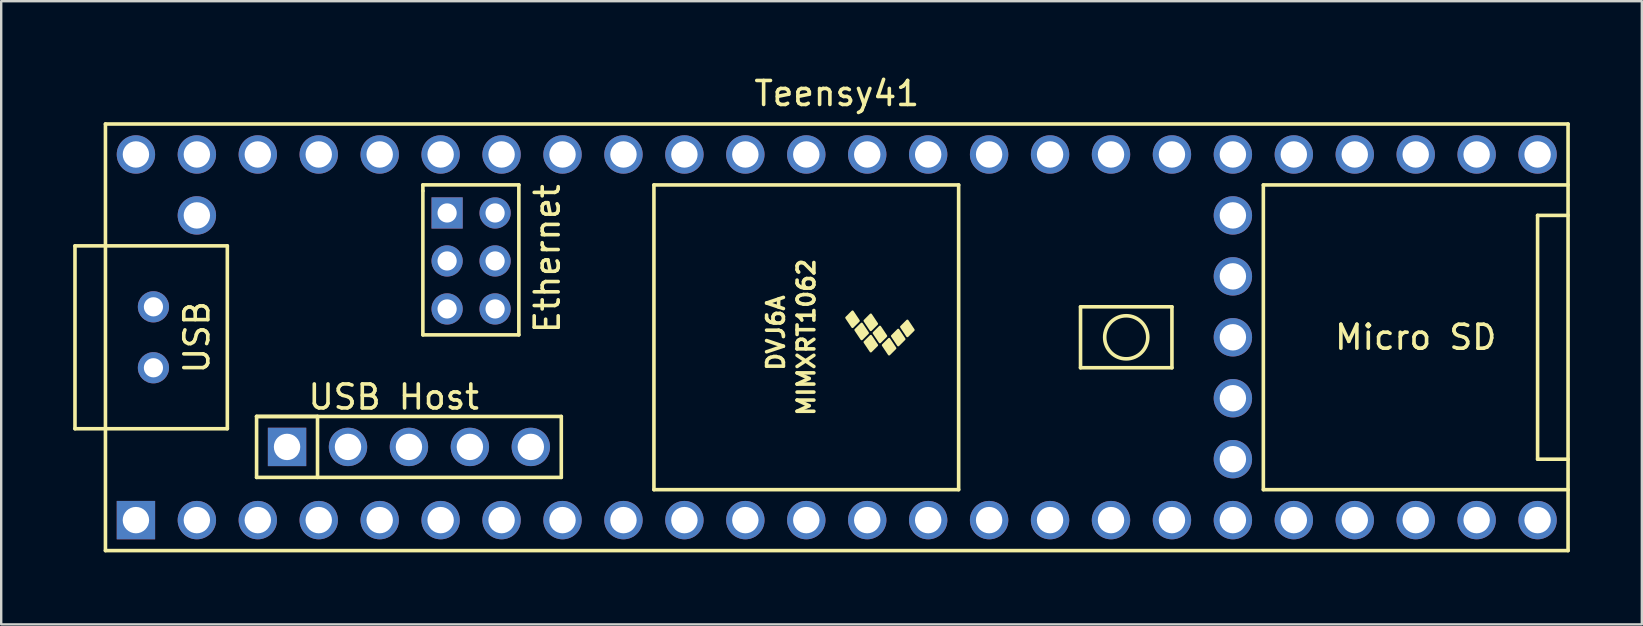
<source format=kicad_pcb>
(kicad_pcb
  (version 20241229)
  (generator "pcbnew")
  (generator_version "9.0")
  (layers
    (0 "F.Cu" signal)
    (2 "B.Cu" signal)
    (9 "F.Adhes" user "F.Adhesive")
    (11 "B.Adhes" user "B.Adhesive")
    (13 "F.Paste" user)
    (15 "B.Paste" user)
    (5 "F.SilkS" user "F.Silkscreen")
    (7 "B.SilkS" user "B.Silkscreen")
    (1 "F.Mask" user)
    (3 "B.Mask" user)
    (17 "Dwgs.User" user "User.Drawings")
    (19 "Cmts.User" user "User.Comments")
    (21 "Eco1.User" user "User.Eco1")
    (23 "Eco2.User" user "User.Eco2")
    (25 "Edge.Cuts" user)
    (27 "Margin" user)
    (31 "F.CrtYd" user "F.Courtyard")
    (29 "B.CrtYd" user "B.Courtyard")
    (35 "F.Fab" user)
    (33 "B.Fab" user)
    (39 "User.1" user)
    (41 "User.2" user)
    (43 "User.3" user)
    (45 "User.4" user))
  (footprint "Teensy41"
    (layer "F.Cu")
    (at 31.825 11.008)
    (property "Reference" "Teensy41" (at 0 -10.16 0) (layer "F.SilkS") (effects (font (size 1 1) (thickness 0.15))))
    (attr through_hole)
    (fp_line (start -31.75 -3.81) (end -30.48 -3.81) (stroke (width 0.15) (type solid)) (layer "F.SilkS"))
    (fp_line (start -31.75 3.81) (end -31.75 -3.81) (stroke (width 0.15) (type solid)) (layer "F.SilkS"))
    (fp_line (start -30.48 -8.89) (end 30.48 -8.89) (stroke (width 0.15) (type solid)) (layer "F.SilkS"))
    (fp_line (start -30.48 3.81) (end -31.75 3.81) (stroke (width 0.15) (type solid)) (layer "F.SilkS"))
    (fp_line (start -30.48 8.89) (end -30.48 -8.89) (stroke (width 0.15) (type solid)) (layer "F.SilkS"))
    (fp_line (start -25.4 -3.81) (end -30.48 -3.81) (stroke (width 0.15) (type solid)) (layer "F.SilkS"))
    (fp_line (start -25.4 3.81) (end -30.48 3.81) (stroke (width 0.15) (type solid)) (layer "F.SilkS"))
    (fp_line (start -25.4 3.81) (end -25.4 -3.81) (stroke (width 0.15) (type solid)) (layer "F.SilkS"))
    (fp_line (start -24.181 3.299) (end -21.641 3.299) (stroke (width 0.15) (type solid)) (layer "F.SilkS"))
    (fp_line (start -24.181 3.299) (end -11.481 3.299) (stroke (width 0.15) (type solid)) (layer "F.SilkS"))
    (fp_line (start -24.181 5.839) (end -24.181 3.299) (stroke (width 0.15) (type solid)) (layer "F.SilkS"))
    (fp_line (start -21.641 3.299) (end -21.641 5.839) (stroke (width 0.15) (type solid)) (layer "F.SilkS"))
    (fp_line (start -17.25 -6.352) (end -17.25 -6.102) (stroke (width 0.15) (type solid)) (layer "F.SilkS"))
    (fp_line (start -17.25 -6.102) (end -17.25 -0.102) (stroke (width 0.15) (type solid)) (layer "F.SilkS"))
    (fp_line (start -17.25 -0.102) (end -13.25 -0.102) (stroke (width 0.15) (type solid)) (layer "F.SilkS"))
    (fp_line (start -13.25 -6.352) (end -17.25 -6.352) (stroke (width 0.15) (type solid)) (layer "F.SilkS"))
    (fp_line (start -13.25 -0.102) (end -13.25 -6.352) (stroke (width 0.15) (type solid)) (layer "F.SilkS"))
    (fp_line (start -11.481 3.299) (end -11.481 5.839) (stroke (width 0.15) (type solid)) (layer "F.SilkS"))
    (fp_line (start -11.481 5.839) (end -24.181 5.839) (stroke (width 0.15) (type solid)) (layer "F.SilkS"))
    (fp_line (start -7.62 -6.35) (end -7.62 6.35) (stroke (width 0.15) (type solid)) (layer "F.SilkS"))
    (fp_line (start -7.62 6.35) (end 5.08 6.35) (stroke (width 0.15) (type solid)) (layer "F.SilkS"))
    (fp_line (start 5.08 -6.35) (end -7.62 -6.35) (stroke (width 0.15) (type solid)) (layer "F.SilkS"))
    (fp_line (start 5.08 6.35) (end 5.08 -6.35) (stroke (width 0.15) (type solid)) (layer "F.SilkS"))
    (fp_line (start 10.16 -1.27) (end 13.97 -1.27) (stroke (width 0.15) (type solid)) (layer "F.SilkS"))
    (fp_line (start 10.16 1.27) (end 10.16 -1.27) (stroke (width 0.15) (type solid)) (layer "F.SilkS"))
    (fp_line (start 13.97 -1.27) (end 13.97 1.27) (stroke (width 0.15) (type solid)) (layer "F.SilkS"))
    (fp_line (start 13.97 1.27) (end 10.16 1.27) (stroke (width 0.15) (type solid)) (layer "F.SilkS"))
    (fp_line (start 17.78 -6.35) (end 17.78 6.35) (stroke (width 0.15) (type solid)) (layer "F.SilkS"))
    (fp_line (start 17.78 6.35) (end 30.48 6.35) (stroke (width 0.15) (type solid)) (layer "F.SilkS"))
    (fp_line (start 29.21 -5.08) (end 29.21 5.08) (stroke (width 0.15) (type solid)) (layer "F.SilkS"))
    (fp_line (start 29.21 5.08) (end 30.48 5.08) (stroke (width 0.15) (type solid)) (layer "F.SilkS"))
    (fp_line (start 30.48 -8.89) (end 30.48 8.89) (stroke (width 0.15) (type solid)) (layer "F.SilkS"))
    (fp_line (start 30.48 -6.35) (end 17.78 -6.35) (stroke (width 0.15) (type solid)) (layer "F.SilkS"))
    (fp_line (start 30.48 -5.08) (end 29.21 -5.08) (stroke (width 0.15) (type solid)) (layer "F.SilkS"))
    (fp_line (start 30.48 8.89) (end -30.48 8.89) (stroke (width 0.15) (type solid)) (layer "F.SilkS"))
    (fp_circle (center 12.065 0) (end 12.7 -0.635) (stroke (width 0.15) (type solid)) (fill no) (layer "F.SilkS"))
    (fp_poly (pts (xy 0.911 -0.688) (xy 0.657 -0.434) (xy 0.403 -0.815) (xy 0.657 -1.069)) (stroke (width 0.1) (type solid)) (fill yes) (layer "F.SilkS"))
    (fp_poly (pts (xy 1.292 -0.18) (xy 1.038 0.074) (xy 0.784 -0.307) (xy 1.038 -0.561)) (stroke (width 0.1) (type solid)) (fill yes) (layer "F.SilkS"))
    (fp_poly (pts (xy 1.673 -0.561) (xy 1.419 -0.307) (xy 1.165 -0.688) (xy 1.419 -0.942)) (stroke (width 0.1) (type solid)) (fill yes) (layer "F.SilkS"))
    (fp_poly (pts (xy 1.673 0.328) (xy 1.419 0.582) (xy 1.165 0.201) (xy 1.419 -0.053)) (stroke (width 0.1) (type solid)) (fill yes) (layer "F.SilkS"))
    (fp_poly (pts (xy 2.054 -0.053) (xy 1.8 0.201) (xy 1.546 -0.18) (xy 1.8 -0.434)) (stroke (width 0.1) (type solid)) (fill yes) (layer "F.SilkS"))
    (fp_poly (pts (xy 2.435 0.455) (xy 2.181 0.709) (xy 1.927 0.328) (xy 2.181 0.074)) (stroke (width 0.1) (type solid)) (fill yes) (layer "F.SilkS"))
    (fp_poly (pts (xy 2.816 0.074) (xy 2.562 0.328) (xy 2.308 -0.053) (xy 2.562 -0.307)) (stroke (width 0.1) (type solid)) (fill yes) (layer "F.SilkS"))
    (fp_poly (pts (xy 3.197 -0.307) (xy 2.943 -0.053) (xy 2.689 -0.434) (xy 2.943 -0.688)) (stroke (width 0.1) (type solid)) (fill yes) (layer "F.SilkS"))
    (fp_text user "USB" (at -26.67 0 270) (layer "F.SilkS") (effects (font (size 1 1) (thickness 0.15))))
    (fp_text user "Ethernet" (at -12.065 -3.277 90) (layer "F.SilkS") (effects (font (size 1 1) (thickness 0.15))))
    (fp_text user "USB Host" (at -18.466 2.489 0) (layer "F.SilkS") (effects (font (size 1 1) (thickness 0.15))))
    (fp_text user "MIMXRT1062" (at -1.27 0 270) (layer "F.SilkS") (effects (font (size 0.7 0.7) (thickness 0.15))))
    (fp_text user "Micro SD" (at 24.13 0 0) (layer "F.SilkS") (effects (font (size 1 1) (thickness 0.15))))
    (fp_text user "DVJ6A" (at -2.54 -0.18 270) (layer "F.SilkS") (effects (font (size 0.7 0.7) (thickness 0.15))))
    (pad "+5V" thru_hole rect (at -22.911 4.569) (size 1.6 1.6) (drill 1.1) (layers "*.Cu" "*.Mask"))
    (pad "0" thru_hole circle (at -26.67 7.62) (size 1.6 1.6) (drill 1.1) (layers "*.Cu" "*.Mask"))
    (pad "1" thru_hole circle (at -24.13 7.62) (size 1.6 1.6) (drill 1.1) (layers "*.Cu" "*.Mask"))
    (pad "2" thru_hole circle (at -21.59 7.62) (size 1.6 1.6) (drill 1.1) (layers "*.Cu" "*.Mask"))
    (pad "3" thru_hole circle (at -19.05 7.62) (size 1.6 1.6) (drill 1.1) (layers "*.Cu" "*.Mask"))
    (pad "3.3V_1" thru_hole circle (at -24.13 -7.62) (size 1.6 1.6) (drill 1.1) (layers "*.Cu" "*.Mask"))
    (pad "3.3V_2" thru_hole circle (at 6.35 7.62) (size 1.6 1.6) (drill 1.1) (layers "*.Cu" "*.Mask"))
    (pad "3.3V_3" thru_hole circle (at 16.51 2.54) (size 1.6 1.6) (drill 1.1) (layers "*.Cu" "*.Mask"))
    (pad "4" thru_hole circle (at -16.51 7.62) (size 1.6 1.6) (drill 1.1) (layers "*.Cu" "*.Mask"))
    (pad "5" thru_hole circle (at -13.97 7.62) (size 1.6 1.6) (drill 1.1) (layers "*.Cu" "*.Mask"))
    (pad "6" thru_hole circle (at -11.43 7.62) (size 1.6 1.6) (drill 1.1) (layers "*.Cu" "*.Mask"))
    (pad "7" thru_hole circle (at -8.89 7.62) (size 1.6 1.6) (drill 1.1) (layers "*.Cu" "*.Mask"))
    (pad "8" thru_hole circle (at -6.35 7.62) (size 1.6 1.6) (drill 1.1) (layers "*.Cu" "*.Mask"))
    (pad "9" thru_hole circle (at -3.81 7.62) (size 1.6 1.6) (drill 1.1) (layers "*.Cu" "*.Mask"))
    (pad "10" thru_hole circle (at -1.27 7.62) (size 1.6 1.6) (drill 1.1) (layers "*.Cu" "*.Mask"))
    (pad "11" thru_hole circle (at 1.27 7.62) (size 1.6 1.6) (drill 1.1) (layers "*.Cu" "*.Mask"))
    (pad "12" thru_hole circle (at 3.81 7.62) (size 1.6 1.6) (drill 1.1) (layers "*.Cu" "*.Mask"))
    (pad "13" thru_hole circle (at 3.81 -7.62) (size 1.6 1.6) (drill 1.1) (layers "*.Cu" "*.Mask"))
    (pad "14" thru_hole circle (at 1.27 -7.62) (size 1.6 1.6) (drill 1.1) (layers "*.Cu" "*.Mask"))
    (pad "15" thru_hole circle (at -1.27 -7.62) (size 1.6 1.6) (drill 1.1) (layers "*.Cu" "*.Mask"))
    (pad "16" thru_hole circle (at -3.81 -7.62) (size 1.6 1.6) (drill 1.1) (layers "*.Cu" "*.Mask"))
    (pad "17" thru_hole circle (at -6.35 -7.62) (size 1.6 1.6) (drill 1.1) (layers "*.Cu" "*.Mask"))
    (pad "18" thru_hole circle (at -8.89 -7.62) (size 1.6 1.6) (drill 1.1) (layers "*.Cu" "*.Mask"))
    (pad "19" thru_hole circle (at -11.43 -7.62) (size 1.6 1.6) (drill 1.1) (layers "*.Cu" "*.Mask"))
    (pad "20" thru_hole circle (at -13.97 -7.62) (size 1.6 1.6) (drill 1.1) (layers "*.Cu" "*.Mask"))
    (pad "21" thru_hole circle (at -16.51 -7.62) (size 1.6 1.6) (drill 1.1) (layers "*.Cu" "*.Mask"))
    (pad "22" thru_hole circle (at -19.05 -7.62) (size 1.6 1.6) (drill 1.1) (layers "*.Cu" "*.Mask"))
    (pad "23" thru_hole circle (at -21.59 -7.62) (size 1.6 1.6) (drill 1.1) (layers "*.Cu" "*.Mask"))
    (pad "24" thru_hole circle (at 8.89 7.62) (size 1.6 1.6) (drill 1.1) (layers "*.Cu" "*.Mask"))
    (pad "25" thru_hole circle (at 11.43 7.62) (size 1.6 1.6) (drill 1.1) (layers "*.Cu" "*.Mask"))
    (pad "26" thru_hole circle (at 13.97 7.62) (size 1.6 1.6) (drill 1.1) (layers "*.Cu" "*.Mask"))
    (pad "27" thru_hole circle (at 16.51 7.62) (size 1.6 1.6) (drill 1.1) (layers "*.Cu" "*.Mask"))
    (pad "28" thru_hole circle (at 19.05 7.62) (size 1.6 1.6) (drill 1.1) (layers "*.Cu" "*.Mask"))
    (pad "29" thru_hole circle (at 21.59 7.62) (size 1.6 1.6) (drill 1.1) (layers "*.Cu" "*.Mask"))
    (pad "30" thru_hole circle (at 24.13 7.62) (size 1.6 1.6) (drill 1.1) (layers "*.Cu" "*.Mask"))
    (pad "31" thru_hole circle (at 26.67 7.62) (size 1.6 1.6) (drill 1.1) (layers "*.Cu" "*.Mask"))
    (pad "32" thru_hole circle (at 29.21 7.62) (size 1.6 1.6) (drill 1.1) (layers "*.Cu" "*.Mask"))
    (pad "33" thru_hole circle (at 29.21 -7.62) (size 1.6 1.6) (drill 1.1) (layers "*.Cu" "*.Mask"))
    (pad "34" thru_hole circle (at 26.67 -7.62) (size 1.6 1.6) (drill 1.1) (layers "*.Cu" "*.Mask"))
    (pad "35" thru_hole circle (at 24.13 -7.62) (size 1.6 1.6) (drill 1.1) (layers "*.Cu" "*.Mask"))
    (pad "36" thru_hole circle (at 21.59 -7.62) (size 1.6 1.6) (drill 1.1) (layers "*.Cu" "*.Mask"))
    (pad "37" thru_hole circle (at 19.05 -7.62) (size 1.6 1.6) (drill 1.1) (layers "*.Cu" "*.Mask"))
    (pad "38" thru_hole circle (at 16.51 -7.62) (size 1.6 1.6) (drill 1.1) (layers "*.Cu" "*.Mask"))
    (pad "39" thru_hole circle (at 13.97 -7.62) (size 1.6 1.6) (drill 1.1) (layers "*.Cu" "*.Mask"))
    (pad "40" thru_hole circle (at 11.43 -7.62) (size 1.6 1.6) (drill 1.1) (layers "*.Cu" "*.Mask"))
    (pad "41" thru_hole circle (at 8.89 -7.62) (size 1.6 1.6) (drill 1.1) (layers "*.Cu" "*.Mask"))
    (pad "49" thru_hole circle (at -26.67 -5.08) (size 1.6 1.6) (drill 1.1) (layers "*.Cu" "*.Mask"))
    (pad "66" thru_hole circle (at -28.48 -1.27) (size 1.3 1.3) (drill 0.8) (layers "*.Cu" "*.Mask"))
    (pad "67" thru_hole circle (at -28.48 1.27) (size 1.3 1.3) (drill 0.8) (layers "*.Cu" "*.Mask"))
    (pad "D+" thru_hole circle (at -17.831 4.569) (size 1.6 1.6) (drill 1.1) (layers "*.Cu" "*.Mask"))
    (pad "D-" thru_hole circle (at -20.371 4.569) (size 1.6 1.6) (drill 1.1) (layers "*.Cu" "*.Mask"))
    (pad "GND0" thru_hole circle (at 6.35 -7.62) (size 1.6 1.6) (drill 1.1) (layers "*.Cu" "*.Mask"))
    (pad "GND1" thru_hole circle (at -26.67 -7.62) (size 1.6 1.6) (drill 1.1) (layers "*.Cu" "*.Mask"))
    (pad "GND2" thru_hole rect (at -29.21 7.62) (size 1.6 1.6) (drill 1.1) (layers "*.Cu" "*.Mask"))
    (pad "GND3" thru_hole circle (at -15.291 4.569) (size 1.6 1.6) (drill 1.1) (layers "*.Cu" "*.Mask"))
    (pad "GND4" thru_hole circle (at -12.751 4.569) (size 1.6 1.6) (drill 1.1) (layers "*.Cu" "*.Mask"))
    (pad "GND5" thru_hole circle (at -14.24 -3.182) (size 1.3 1.3) (drill 0.8) (layers "*.Cu" "*.Mask"))
    (pad "GND6" thru_hole circle (at 16.51 0) (size 1.6 1.6) (drill 1.1) (layers "*.Cu" "*.Mask"))
    (pad "LED" thru_hole circle (at -16.24 -3.182) (size 1.3 1.3) (drill 0.8) (layers "*.Cu" "*.Mask"))
    (pad "On/Off" thru_hole circle (at 16.51 -5.08) (size 1.6 1.6) (drill 1.1) (layers "*.Cu" "*.Mask"))
    (pad "Program" thru_hole circle (at 16.51 -2.54) (size 1.6 1.6) (drill 1.1) (layers "*.Cu" "*.Mask"))
    (pad "RX+" thru_hole rect (at -16.24 -5.182) (size 1.3 1.3) (drill 0.8) (layers "*.Cu" "*.Mask"))
    (pad "RX-" thru_hole circle (at -14.24 -5.182) (size 1.3 1.3) (drill 0.8) (layers "*.Cu" "*.Mask"))
    (pad "TX+" thru_hole circle (at -14.24 -1.182) (size 1.3 1.3) (drill 0.8) (layers "*.Cu" "*.Mask"))
    (pad "TX-" thru_hole circle (at -16.24 -1.182) (size 1.3 1.3) (drill 0.8) (layers "*.Cu" "*.Mask"))
    (pad "VBAT" thru_hole circle (at 16.51 5.08) (size 1.6 1.6) (drill 1.1) (layers "*.Cu" "*.Mask"))
    (pad "VIN" thru_hole circle (at -29.21 -7.62) (size 1.6 1.6) (drill 1.1) (layers "*.Cu" "*.Mask")))
  (gr_rect
    (start -3 -3)
    (end 65.38 22.973)
    (stroke (width 0.1) (type default))
    (fill no)
    (layer "Edge.Cuts")))
</source>
